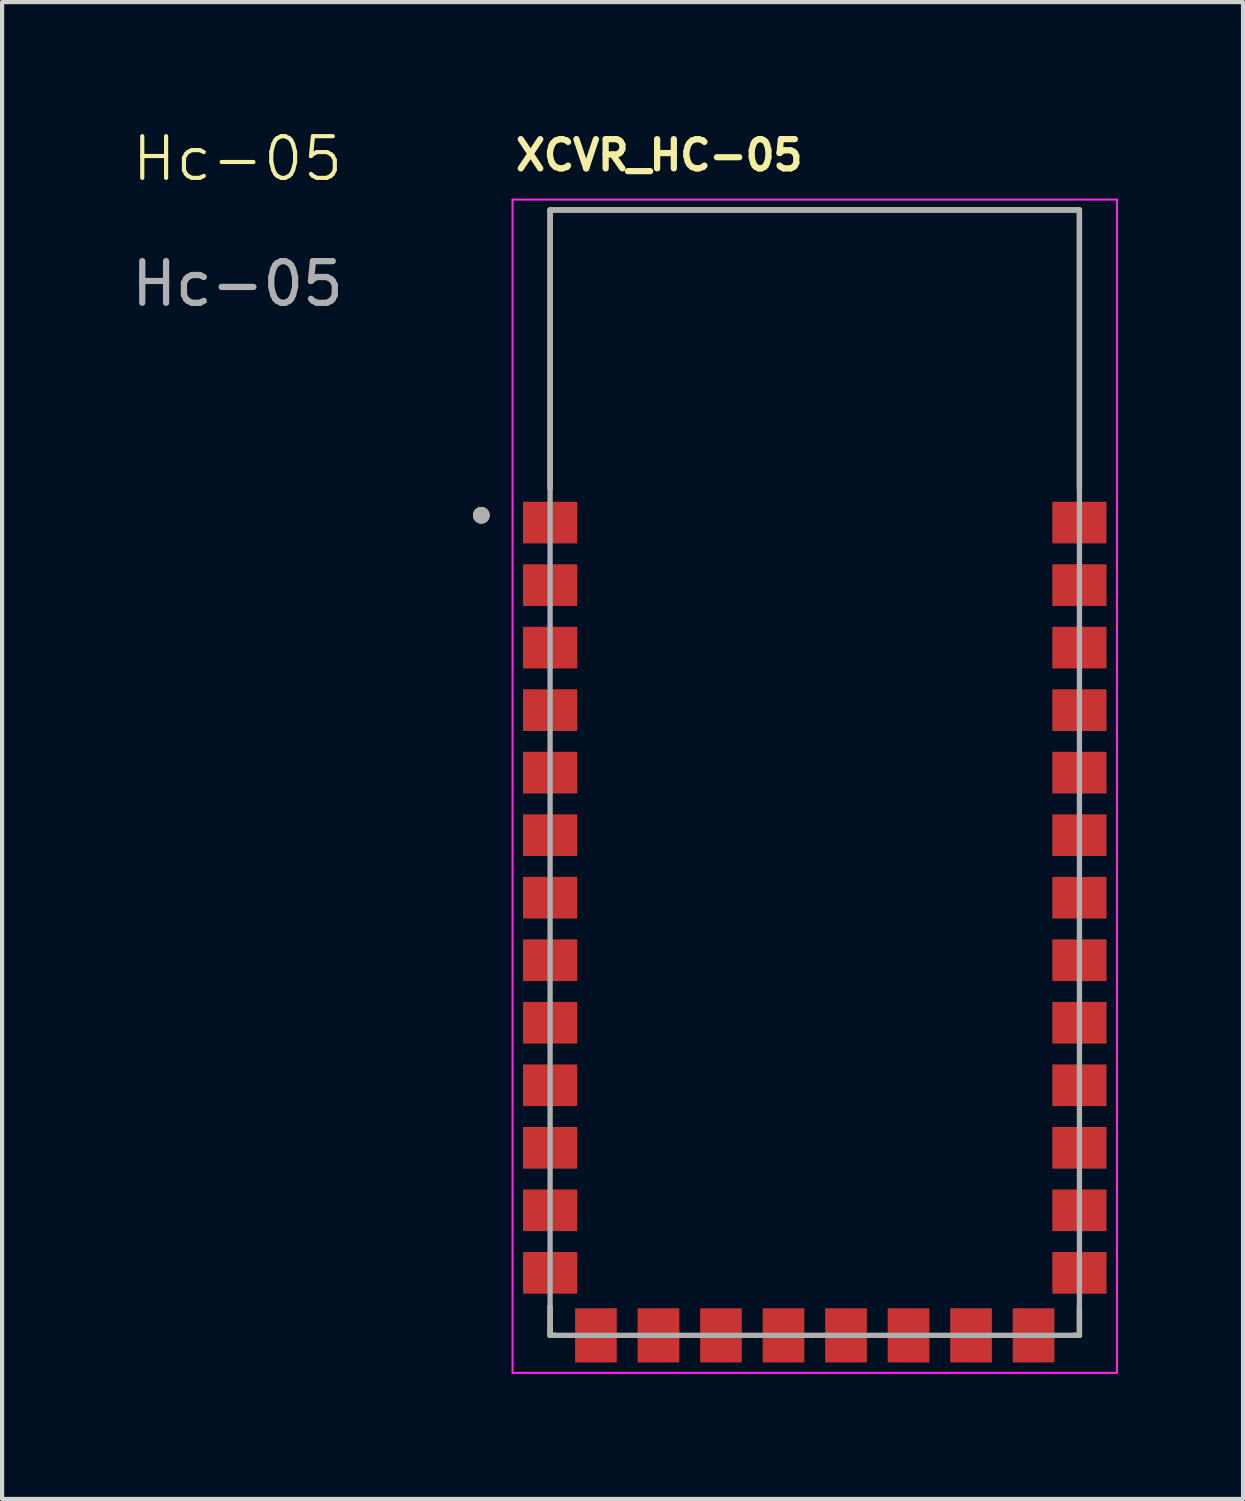
<source format=kicad_pcb>
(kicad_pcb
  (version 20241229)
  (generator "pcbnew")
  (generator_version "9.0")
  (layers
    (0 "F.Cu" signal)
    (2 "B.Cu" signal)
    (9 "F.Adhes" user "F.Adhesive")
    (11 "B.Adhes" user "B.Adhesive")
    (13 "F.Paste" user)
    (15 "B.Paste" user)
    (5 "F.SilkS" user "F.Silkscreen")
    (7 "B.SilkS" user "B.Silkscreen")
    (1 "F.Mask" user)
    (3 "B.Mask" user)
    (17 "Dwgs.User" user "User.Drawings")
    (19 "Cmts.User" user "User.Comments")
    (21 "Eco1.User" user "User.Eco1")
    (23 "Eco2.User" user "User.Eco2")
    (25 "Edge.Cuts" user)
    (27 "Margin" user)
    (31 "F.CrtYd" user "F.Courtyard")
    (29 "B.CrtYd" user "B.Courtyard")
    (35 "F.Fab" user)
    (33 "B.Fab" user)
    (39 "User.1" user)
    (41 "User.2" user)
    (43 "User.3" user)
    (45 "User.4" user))
  (footprint "XCVR_HC-05"
    (layer "F.Cu")
    (at 16.498 15.813)
    (property "Reference" "XCVR_HC-05" (at -3.732 -15.14 0) (layer "F.SilkS") (effects (font (size 0.701 0.701) (thickness 0.15))))
    (attr smd)
    (fp_line (start -6.35 -13.825) (end 6.35 -13.825) (stroke (width 0.127) (type solid)) (layer "F.SilkS"))
    (fp_line (start -6.35 -7.145) (end -6.35 -13.825) (stroke (width 0.127) (type solid)) (layer "F.SilkS"))
    (fp_line (start -6.35 12.495) (end -6.35 13.175) (stroke (width 0.127) (type solid)) (layer "F.SilkS"))
    (fp_line (start -6.35 13.175) (end -6.22 13.175) (stroke (width 0.127) (type solid)) (layer "F.SilkS"))
    (fp_line (start 6.22 13.175) (end 6.35 13.175) (stroke (width 0.127) (type solid)) (layer "F.SilkS"))
    (fp_line (start 6.35 -13.825) (end 6.35 -7.145) (stroke (width 0.127) (type solid)) (layer "F.SilkS"))
    (fp_line (start 6.35 13.175) (end 6.35 12.495) (stroke (width 0.127) (type solid)) (layer "F.SilkS"))
    (fp_circle (center -8 -6.5) (end -7.9 -6.5) (stroke (width 0.2) (type solid)) (fill no) (layer "F.SilkS"))
    (fp_line (start -7.25 -14.075) (end 7.25 -14.075) (stroke (width 0.05) (type solid)) (layer "F.CrtYd"))
    (fp_line (start -7.25 14.075) (end -7.25 -14.075) (stroke (width 0.05) (type solid)) (layer "F.CrtYd"))
    (fp_line (start 7.25 -14.075) (end 7.25 14.075) (stroke (width 0.05) (type solid)) (layer "F.CrtYd"))
    (fp_line (start 7.25 14.075) (end -7.25 14.075) (stroke (width 0.05) (type solid)) (layer "F.CrtYd"))
    (fp_line (start -6.35 -13.825) (end 6.35 -13.825) (stroke (width 0.127) (type solid)) (layer "F.Fab"))
    (fp_line (start -6.35 13.175) (end -6.35 -13.825) (stroke (width 0.127) (type solid)) (layer "F.Fab"))
    (fp_line (start 6.35 -13.825) (end 6.35 13.175) (stroke (width 0.127) (type solid)) (layer "F.Fab"))
    (fp_line (start 6.35 13.175) (end -6.35 13.175) (stroke (width 0.127) (type solid)) (layer "F.Fab"))
    (fp_circle (center -8 -6.5) (end -7.9 -6.5) (stroke (width 0.2) (type solid)) (fill no) (layer "F.Fab"))
    (pad "1" smd rect (at -6.35 -6.325) (size 1.3 1) (layers "F.Cu" "F.Mask" "F.Paste"))
    (pad "2" smd rect (at -6.35 -4.825) (size 1.3 1) (layers "F.Cu" "F.Mask" "F.Paste"))
    (pad "3" smd rect (at -6.35 -3.325) (size 1.3 1) (layers "F.Cu" "F.Mask" "F.Paste"))
    (pad "4" smd rect (at -6.35 -1.825) (size 1.3 1) (layers "F.Cu" "F.Mask" "F.Paste"))
    (pad "5" smd rect (at -6.35 -0.325) (size 1.3 1) (layers "F.Cu" "F.Mask" "F.Paste"))
    (pad "6" smd rect (at -6.35 1.175) (size 1.3 1) (layers "F.Cu" "F.Mask" "F.Paste"))
    (pad "7" smd rect (at -6.35 2.675) (size 1.3 1) (layers "F.Cu" "F.Mask" "F.Paste"))
    (pad "8" smd rect (at -6.35 4.175) (size 1.3 1) (layers "F.Cu" "F.Mask" "F.Paste"))
    (pad "9" smd rect (at -6.35 5.675) (size 1.3 1) (layers "F.Cu" "F.Mask" "F.Paste"))
    (pad "10" smd rect (at -6.35 7.175) (size 1.3 1) (layers "F.Cu" "F.Mask" "F.Paste"))
    (pad "11" smd rect (at -6.35 8.675) (size 1.3 1) (layers "F.Cu" "F.Mask" "F.Paste"))
    (pad "12" smd rect (at -6.35 10.175) (size 1.3 1) (layers "F.Cu" "F.Mask" "F.Paste"))
    (pad "13" smd rect (at -6.35 11.675) (size 1.3 1) (layers "F.Cu" "F.Mask" "F.Paste"))
    (pad "14" smd rect (at -5.25 13.175 90) (size 1.3 1) (layers "F.Cu" "F.Mask" "F.Paste"))
    (pad "15" smd rect (at -3.75 13.175 90) (size 1.3 1) (layers "F.Cu" "F.Mask" "F.Paste"))
    (pad "16" smd rect (at -2.25 13.175 90) (size 1.3 1) (layers "F.Cu" "F.Mask" "F.Paste"))
    (pad "17" smd rect (at -0.75 13.175 90) (size 1.3 1) (layers "F.Cu" "F.Mask" "F.Paste"))
    (pad "18" smd rect (at 0.75 13.175 90) (size 1.3 1) (layers "F.Cu" "F.Mask" "F.Paste"))
    (pad "19" smd rect (at 2.25 13.175 90) (size 1.3 1) (layers "F.Cu" "F.Mask" "F.Paste"))
    (pad "20" smd rect (at 3.75 13.175 90) (size 1.3 1) (layers "F.Cu" "F.Mask" "F.Paste"))
    (pad "21" smd rect (at 5.25 13.175 90) (size 1.3 1) (layers "F.Cu" "F.Mask" "F.Paste"))
    (pad "22" smd rect (at 6.35 11.675 180) (size 1.3 1) (layers "F.Cu" "F.Mask" "F.Paste"))
    (pad "23" smd rect (at 6.35 10.175 180) (size 1.3 1) (layers "F.Cu" "F.Mask" "F.Paste"))
    (pad "24" smd rect (at 6.35 8.675 180) (size 1.3 1) (layers "F.Cu" "F.Mask" "F.Paste"))
    (pad "25" smd rect (at 6.35 7.175 180) (size 1.3 1) (layers "F.Cu" "F.Mask" "F.Paste"))
    (pad "26" smd rect (at 6.35 5.675 180) (size 1.3 1) (layers "F.Cu" "F.Mask" "F.Paste"))
    (pad "27" smd rect (at 6.35 4.175 180) (size 1.3 1) (layers "F.Cu" "F.Mask" "F.Paste"))
    (pad "28" smd rect (at 6.35 2.675 180) (size 1.3 1) (layers "F.Cu" "F.Mask" "F.Paste"))
    (pad "29" smd rect (at 6.35 1.175 180) (size 1.3 1) (layers "F.Cu" "F.Mask" "F.Paste"))
    (pad "30" smd rect (at 6.35 -0.325 180) (size 1.3 1) (layers "F.Cu" "F.Mask" "F.Paste"))
    (pad "31" smd rect (at 6.35 -1.825 180) (size 1.3 1) (layers "F.Cu" "F.Mask" "F.Paste"))
    (pad "32" smd rect (at 6.35 -3.325 180) (size 1.3 1) (layers "F.Cu" "F.Mask" "F.Paste"))
    (pad "33" smd rect (at 6.35 -4.825 180) (size 1.3 1) (layers "F.Cu" "F.Mask" "F.Paste"))
    (pad "34" smd rect (at 6.35 -6.325 180) (size 1.3 1) (layers "F.Cu" "F.Mask" "F.Paste"))
    (zone (net_name "") (layer "F.Cu") (hatch full 0.508) (connect_pads) (min_thickness 0.01) (filled_areas_thickness no) (keepout (tracks not_allowed) (vias not_allowed) (pads not_allowed) (copperpour not_allowed) (footprints allowed)) (placement (enabled no)) (fill) (polygon (pts (xy 10.148 1.963) (xy 22.848 1.963) (xy 22.848 8.863) (xy 10.148 8.863))))
    (zone (net_name "") (layers "F.Cu" "B.Cu") (hatch full 0.508) (connect_pads) (min_thickness 0.01) (filled_areas_thickness no) (keepout (tracks allowed) (vias not_allowed) (pads allowed) (copperpour allowed) (footprints allowed)) (placement (enabled no)) (fill) (polygon (pts (xy 10.148 1.963) (xy 22.848 1.963) (xy 22.848 8.863) (xy 10.148 8.863))))
    (zone (net_name "") (layer "B.Cu") (hatch full 0.508) (connect_pads) (min_thickness 0.01) (filled_areas_thickness no) (keepout (tracks not_allowed) (vias not_allowed) (pads not_allowed) (copperpour not_allowed) (footprints allowed)) (placement (enabled no)) (fill) (polygon (pts (xy 10.148 1.963) (xy 22.848 1.963) (xy 22.848 8.863) (xy 10.148 8.863)))))
  (footprint "Hc-05"
    (layer "F.Cu")
    (at 2.649 1.26)
    (property "Reference" "Hc-05" (at 0 -0.5 0) (unlocked yes) (layer "F.SilkS") (effects (font (size 1 1) (thickness 0.1))))
    (attr smd)
    (fp_text user "${REFERENCE}" (at 0 2.5 0) (unlocked yes) (layer "F.Fab") (effects (font (size 1 1) (thickness 0.15)))))
  (gr_rect
    (start -3 -3)
    (end 26.773 32.913)
    (stroke (width 0.1) (type default))
    (fill no)
    (layer "Edge.Cuts")))
</source>
